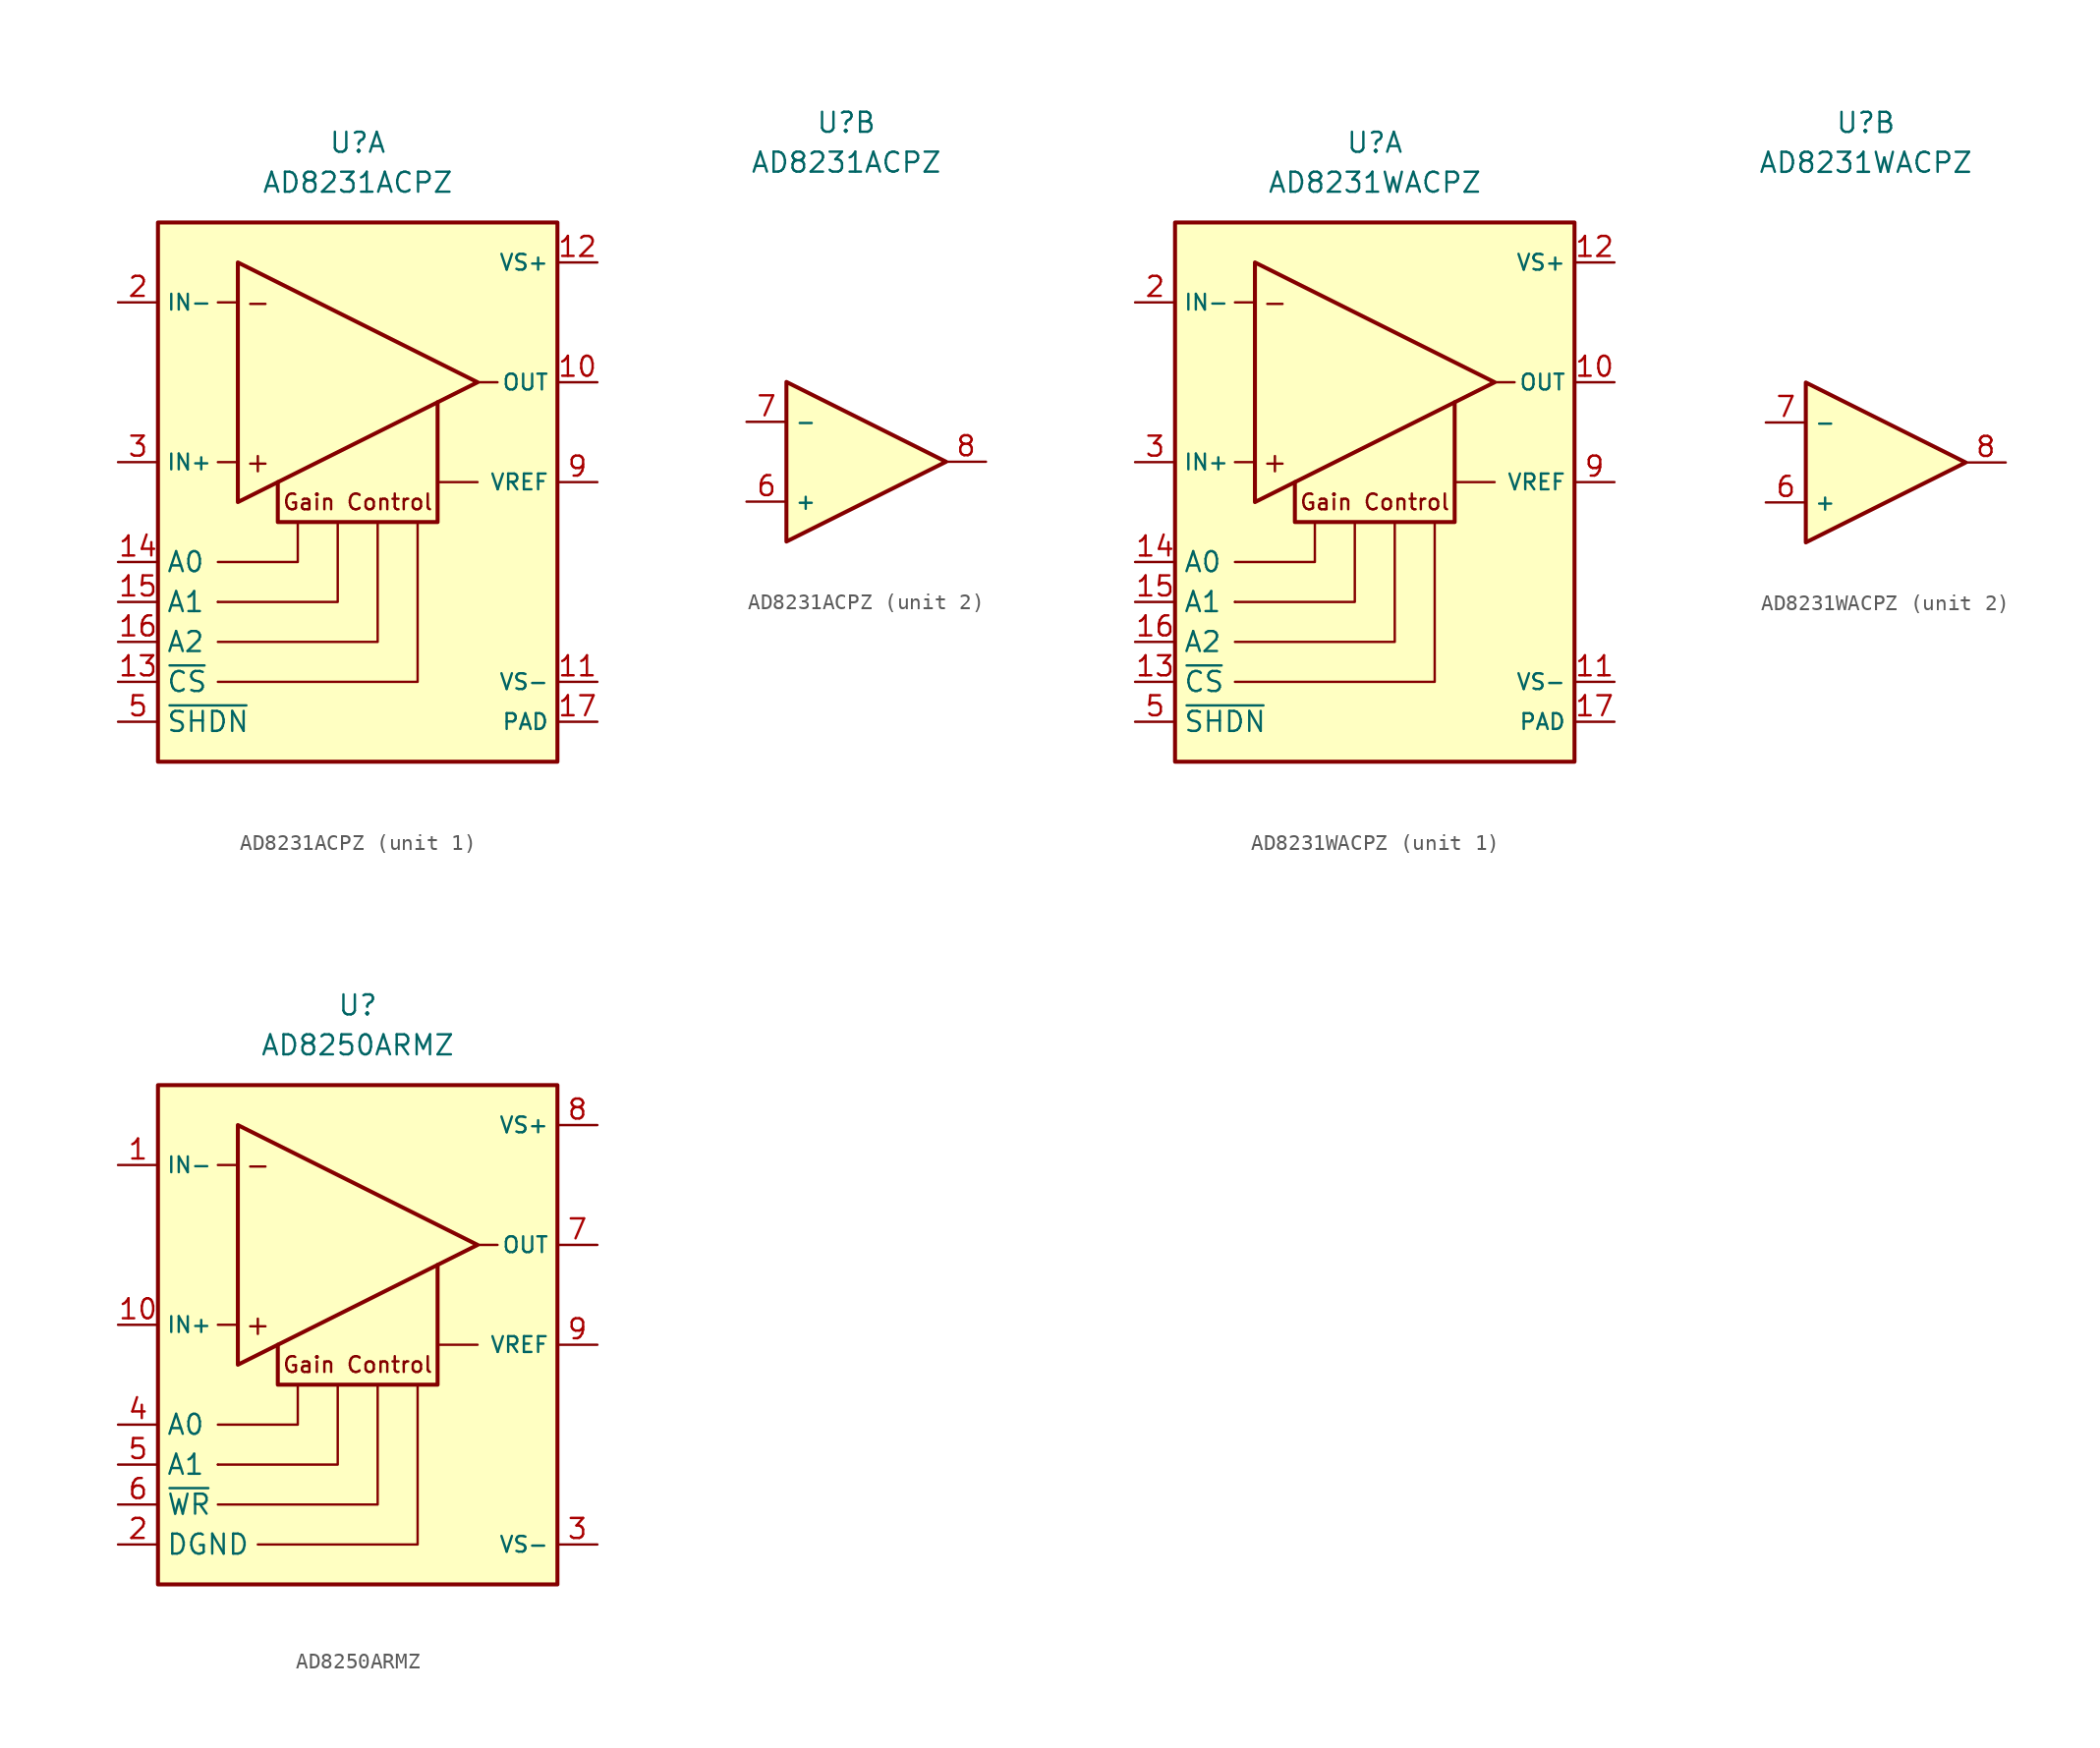
<source format=kicad_sym>
(kicad_symbol_lib
  (version 20231120)
  (generator "kicad_symbol_editor")
  (generator_version "8.0")
  (symbol "AD8231ACPZ"
    (property "Reference" "U"
      (at 0 21.59 0)
      (effects (font (size 1.27 1.27))))
    (property "Value" "AD8231ACPZ"
      (at 0 19.05 0)
      (effects (font (size 1.27 1.27))))
    (property "ki_locked" ""
      (at 0 0 0)
      (effects (font (size 1.27 1.27))))
    (symbol "AD8231ACPZ_1_0"
      (rectangle (start -12.7 16.51) (end 12.7 -17.78) (stroke (width 0.254) (type default)) (fill (type background))))
    (symbol "AD8231ACPZ_1_1"
      (polyline (pts (xy -8.89 -7.62) (xy -8.89 -7.62)) (stroke (width 0.152) (type default)) (fill (type none)))
      (polyline (pts (xy -7.62 1.27) (xy -8.89 1.27)) (stroke (width 0.152) (type default)) (fill (type none)))
      (polyline (pts (xy -7.62 11.43) (xy -8.89 11.43)) (stroke (width 0.152) (type default)) (fill (type none)))
      (polyline (pts (xy 5.08 0) (xy 7.62 0)) (stroke (width 0.152) (type default)) (fill (type none)))
      (polyline (pts (xy 7.62 6.35) (xy 8.89 6.35)) (stroke (width 0.152) (type default)) (fill (type none)))
      (polyline (pts (xy -8.89 -12.7) (xy 3.81 -12.7) (xy 3.81 -2.54)) (stroke (width 0.152) (type default)) (fill (type none)))
      (polyline (pts (xy -8.89 -7.62) (xy -1.27 -7.62) (xy -1.27 -2.54)) (stroke (width 0.152) (type default)) (fill (type none)))
      (polyline (pts (xy -3.81 -2.54) (xy -3.81 -5.08) (xy -8.89 -5.08)) (stroke (width 0.152) (type default)) (fill (type none)))
      (polyline (pts (xy 1.27 -2.54) (xy 1.27 -10.16) (xy -8.89 -10.16)) (stroke (width 0.152) (type default)) (fill (type none)))
      (polyline (pts (xy -7.62 13.97) (xy -7.62 -1.27) (xy 7.62 6.35) (xy -7.62 13.97)) (stroke (width 0.254) (type default)) (fill (type none)))
      (polyline (pts (xy 5.08 5.08) (xy 5.08 -2.54) (xy -5.08 -2.54) (xy -5.08 0)) (stroke (width 0.254) (type default)) (fill (type none)))
      (text "+" (at -6.35 1.27 0) (effects (font (size 1.27 1.27))))
      (text "-" (at -6.35 11.43 0) (effects (font (size 1.27 1.27))))
      (text "Gain Control" (at 0 -1.27 0) (effects (font (size 1 1))))
      (pin free line (at 2.54 -13.97 0) (length 2.54) hide (name "NC" (effects (font (size 1.27 1.27)))) (number "1" (effects (font (size 1.27 1.27)))))
      (pin output line (at 15.24 6.35 180) (length 2.54) (name "OUT" (effects (font (size 1 1)))) (number "10" (effects (font (size 1.27 1.27)))))
      (pin power_in line (at 15.24 -12.7 180) (length 2.54) (name "VS-" (effects (font (size 1 1)))) (number "11" (effects (font (size 1.27 1.27)))))
      (pin power_in line (at 15.24 13.97 180) (length 2.54) (name "VS+" (effects (font (size 1 1)))) (number "12" (effects (font (size 1.27 1.27)))))
      (pin input line (at -15.24 -12.7 0) (length 2.54) (name "~{CS}" (effects (font (size 1.27 1.27)))) (number "13" (effects (font (size 1.27 1.27)))))
      (pin input line (at -15.24 -5.08 0) (length 2.54) (name "A0" (effects (font (size 1.27 1.27)))) (number "14" (effects (font (size 1.27 1.27)))))
      (pin input line (at -15.24 -7.62 0) (length 2.54) (name "A1" (effects (font (size 1.27 1.27)))) (number "15" (effects (font (size 1.27 1.27)))))
      (pin input line (at -15.24 -10.16 0) (length 2.54) (name "A2" (effects (font (size 1.27 1.27)))) (number "16" (effects (font (size 1.27 1.27)))))
      (pin power_in line (at 15.24 -15.24 180) (length 2.54) (name "PAD" (effects (font (size 1 1)))) (number "17" (effects (font (size 1.27 1.27)))))
      (pin input line (at -15.24 11.43 0) (length 2.54) (name "IN-" (effects (font (size 1 1)))) (number "2" (effects (font (size 1.27 1.27)))))
      (pin input line (at -15.24 1.27 0) (length 2.54) (name "IN+" (effects (font (size 1 1)))) (number "3" (effects (font (size 1.27 1.27)))))
      (pin free line (at 2.54 -16.51 0) (length 2.54) hide (name "NC" (effects (font (size 1.27 1.27)))) (number "4" (effects (font (size 1.27 1.27)))))
      (pin input line (at -15.24 -15.24 0) (length 2.54) (name "~{SHDN}" (effects (font (size 1.27 1.27)))) (number "5" (effects (font (size 1.27 1.27)))))
      (pin input line (at 15.24 0 180) (length 2.54) (name "VREF" (effects (font (size 1 1)))) (number "9" (effects (font (size 1.27 1.27))))))
    (symbol "AD8231ACPZ_2_1"
      (polyline (pts (xy -3.81 5.08) (xy -3.81 -5.08) (xy 6.35 0) (xy -3.81 5.08)) (stroke (width 0.254) (type default)) (fill (type background)))
      (pin input line (at -6.35 -2.54 0) (length 2.54) (name "+" (effects (font (size 1 1)))) (number "6" (effects (font (size 1.27 1.27)))))
      (pin input line (at -6.35 2.54 0) (length 2.54) (name "-" (effects (font (size 1 1)))) (number "7" (effects (font (size 1.27 1.27)))))
      (pin output line (at 8.89 0 180) (length 2.54) (name "~" (effects (font (size 1 1)))) (number "8" (effects (font (size 1.27 1.27)))))))
  (symbol "AD8231WACPZ"
    (property "Reference" "U"
      (at 0 21.59 0)
      (effects (font (size 1.27 1.27))))
    (property "Value" "AD8231WACPZ"
      (at 0 19.05 0)
      (effects (font (size 1.27 1.27))))
    (property "ki_locked" ""
      (at 0 0 0)
      (effects (font (size 1.27 1.27))))
    (symbol "AD8231WACPZ_1_0"
      (rectangle (start -12.7 16.51) (end 12.7 -17.78) (stroke (width 0.254) (type default)) (fill (type background))))
    (symbol "AD8231WACPZ_1_1"
      (polyline (pts (xy -8.89 -7.62) (xy -8.89 -7.62)) (stroke (width 0.152) (type default)) (fill (type none)))
      (polyline (pts (xy -7.62 1.27) (xy -8.89 1.27)) (stroke (width 0.152) (type default)) (fill (type none)))
      (polyline (pts (xy -7.62 11.43) (xy -8.89 11.43)) (stroke (width 0.152) (type default)) (fill (type none)))
      (polyline (pts (xy 5.08 0) (xy 7.62 0)) (stroke (width 0.152) (type default)) (fill (type none)))
      (polyline (pts (xy 7.62 6.35) (xy 8.89 6.35)) (stroke (width 0.152) (type default)) (fill (type none)))
      (polyline (pts (xy -8.89 -12.7) (xy 3.81 -12.7) (xy 3.81 -2.54)) (stroke (width 0.152) (type default)) (fill (type none)))
      (polyline (pts (xy -8.89 -7.62) (xy -1.27 -7.62) (xy -1.27 -2.54)) (stroke (width 0.152) (type default)) (fill (type none)))
      (polyline (pts (xy -3.81 -2.54) (xy -3.81 -5.08) (xy -8.89 -5.08)) (stroke (width 0.152) (type default)) (fill (type none)))
      (polyline (pts (xy 1.27 -2.54) (xy 1.27 -10.16) (xy -8.89 -10.16)) (stroke (width 0.152) (type default)) (fill (type none)))
      (polyline (pts (xy -7.62 13.97) (xy -7.62 -1.27) (xy 7.62 6.35) (xy -7.62 13.97)) (stroke (width 0.254) (type default)) (fill (type none)))
      (polyline (pts (xy 5.08 5.08) (xy 5.08 -2.54) (xy -5.08 -2.54) (xy -5.08 0)) (stroke (width 0.254) (type default)) (fill (type none)))
      (text "+" (at -6.35 1.27 0) (effects (font (size 1.27 1.27))))
      (text "-" (at -6.35 11.43 0) (effects (font (size 1.27 1.27))))
      (text "Gain Control" (at 0 -1.27 0) (effects (font (size 1 1))))
      (pin free line (at 3.81 -13.97 0) (length 2.54) hide (name "NC" (effects (font (size 1.27 1.27)))) (number "1" (effects (font (size 1.27 1.27)))))
      (pin output line (at 15.24 6.35 180) (length 2.54) (name "OUT" (effects (font (size 1 1)))) (number "10" (effects (font (size 1.27 1.27)))))
      (pin power_in line (at 15.24 -12.7 180) (length 2.54) (name "VS-" (effects (font (size 1 1)))) (number "11" (effects (font (size 1.27 1.27)))))
      (pin power_in line (at 15.24 13.97 180) (length 2.54) (name "VS+" (effects (font (size 1 1)))) (number "12" (effects (font (size 1.27 1.27)))))
      (pin input line (at -15.24 -12.7 0) (length 2.54) (name "~{CS}" (effects (font (size 1.27 1.27)))) (number "13" (effects (font (size 1.27 1.27)))))
      (pin input line (at -15.24 -5.08 0) (length 2.54) (name "A0" (effects (font (size 1.27 1.27)))) (number "14" (effects (font (size 1.27 1.27)))))
      (pin input line (at -15.24 -7.62 0) (length 2.54) (name "A1" (effects (font (size 1.27 1.27)))) (number "15" (effects (font (size 1.27 1.27)))))
      (pin input line (at -15.24 -10.16 0) (length 2.54) (name "A2" (effects (font (size 1.27 1.27)))) (number "16" (effects (font (size 1.27 1.27)))))
      (pin power_in line (at 15.24 -15.24 180) (length 2.54) (name "PAD" (effects (font (size 1 1)))) (number "17" (effects (font (size 1.27 1.27)))))
      (pin input line (at -15.24 11.43 0) (length 2.54) (name "IN-" (effects (font (size 1 1)))) (number "2" (effects (font (size 1.27 1.27)))))
      (pin input line (at -15.24 1.27 0) (length 2.54) (name "IN+" (effects (font (size 1 1)))) (number "3" (effects (font (size 1.27 1.27)))))
      (pin free line (at 3.81 -16.51 0) (length 2.54) hide (name "NC" (effects (font (size 1.27 1.27)))) (number "4" (effects (font (size 1.27 1.27)))))
      (pin input line (at -15.24 -15.24 0) (length 2.54) (name "~{SHDN}" (effects (font (size 1.27 1.27)))) (number "5" (effects (font (size 1.27 1.27)))))
      (pin input line (at 15.24 0 180) (length 2.54) (name "VREF" (effects (font (size 1 1)))) (number "9" (effects (font (size 1.27 1.27))))))
    (symbol "AD8231WACPZ_2_1"
      (polyline (pts (xy -3.81 5.08) (xy -3.81 -5.08) (xy 6.35 0) (xy -3.81 5.08)) (stroke (width 0.254) (type default)) (fill (type background)))
      (pin input line (at -6.35 -2.54 0) (length 2.54) (name "+" (effects (font (size 1 1)))) (number "6" (effects (font (size 1.27 1.27)))))
      (pin input line (at -6.35 2.54 0) (length 2.54) (name "-" (effects (font (size 1 1)))) (number "7" (effects (font (size 1.27 1.27)))))
      (pin output line (at 8.89 0 180) (length 2.54) (name "~" (effects (font (size 1 1)))) (number "8" (effects (font (size 1.27 1.27)))))))
  (symbol "AD8250ARMZ"
    (property "Reference" "U"
      (at 0 21.59 0)
      (effects (font (size 1.27 1.27))))
    (property "Value" "AD8250ARMZ"
      (at 0 19.05 0)
      (effects (font (size 1.27 1.27))))
    (symbol "AD8250ARMZ_1_0"
      (rectangle (start -12.7 16.51) (end 12.7 -15.24) (stroke (width 0.254) (type default)) (fill (type background))))
    (symbol "AD8250ARMZ_1_1"
      (polyline (pts (xy -8.89 -7.62) (xy -8.89 -7.62)) (stroke (width 0.152) (type default)) (fill (type none)))
      (polyline (pts (xy -7.62 1.27) (xy -8.89 1.27)) (stroke (width 0.152) (type default)) (fill (type none)))
      (polyline (pts (xy -7.62 11.43) (xy -8.89 11.43)) (stroke (width 0.152) (type default)) (fill (type none)))
      (polyline (pts (xy 5.08 0) (xy 7.62 0)) (stroke (width 0.152) (type default)) (fill (type none)))
      (polyline (pts (xy 7.62 6.35) (xy 8.89 6.35)) (stroke (width 0.152) (type default)) (fill (type none)))
      (polyline (pts (xy -8.89 -7.62) (xy -1.27 -7.62) (xy -1.27 -2.54)) (stroke (width 0.152) (type default)) (fill (type none)))
      (polyline (pts (xy -6.35 -12.7) (xy 3.81 -12.7) (xy 3.81 -2.54)) (stroke (width 0.152) (type default)) (fill (type none)))
      (polyline (pts (xy -3.81 -2.54) (xy -3.81 -5.08) (xy -8.89 -5.08)) (stroke (width 0.152) (type default)) (fill (type none)))
      (polyline (pts (xy 1.27 -2.54) (xy 1.27 -10.16) (xy -8.89 -10.16)) (stroke (width 0.152) (type default)) (fill (type none)))
      (polyline (pts (xy -7.62 13.97) (xy -7.62 -1.27) (xy 7.62 6.35) (xy -7.62 13.97)) (stroke (width 0.254) (type default)) (fill (type none)))
      (polyline (pts (xy 5.08 5.08) (xy 5.08 -2.54) (xy -5.08 -2.54) (xy -5.08 0)) (stroke (width 0.254) (type default)) (fill (type none)))
      (text "+" (at -6.35 1.27 0) (effects (font (size 1.27 1.27))))
      (text "-" (at -6.35 11.43 0) (effects (font (size 1.27 1.27))))
      (text "Gain Control" (at 0 -1.27 0) (effects (font (size 1 1))))
      (pin input line (at -15.24 11.43 0) (length 2.54) (name "IN-" (effects (font (size 1 1)))) (number "1" (effects (font (size 1.27 1.27)))))
      (pin input line (at -15.24 1.27 0) (length 2.54) (name "IN+" (effects (font (size 1 1)))) (number "10" (effects (font (size 1.27 1.27)))))
      (pin power_in line (at -15.24 -12.7 0) (length 2.54) (name "DGND" (effects (font (size 1.27 1.27)))) (number "2" (effects (font (size 1.27 1.27)))))
      (pin power_in line (at 15.24 -12.7 180) (length 2.54) (name "VS-" (effects (font (size 1 1)))) (number "3" (effects (font (size 1.27 1.27)))))
      (pin input line (at -15.24 -5.08 0) (length 2.54) (name "A0" (effects (font (size 1.27 1.27)))) (number "4" (effects (font (size 1.27 1.27)))))
      (pin input line (at -15.24 -7.62 0) (length 2.54) (name "A1" (effects (font (size 1.27 1.27)))) (number "5" (effects (font (size 1.27 1.27)))))
      (pin input line (at -15.24 -10.16 0) (length 2.54) (name "~{WR}" (effects (font (size 1.27 1.27)))) (number "6" (effects (font (size 1.27 1.27)))))
      (pin output line (at 15.24 6.35 180) (length 2.54) (name "OUT" (effects (font (size 1 1)))) (number "7" (effects (font (size 1.27 1.27)))))
      (pin power_in line (at 15.24 13.97 180) (length 2.54) (name "VS+" (effects (font (size 1 1)))) (number "8" (effects (font (size 1.27 1.27)))))
      (pin input line (at 15.24 0 180) (length 2.54) (name "VREF" (effects (font (size 1 1)))) (number "9" (effects (font (size 1.27 1.27))))))))
</source>
